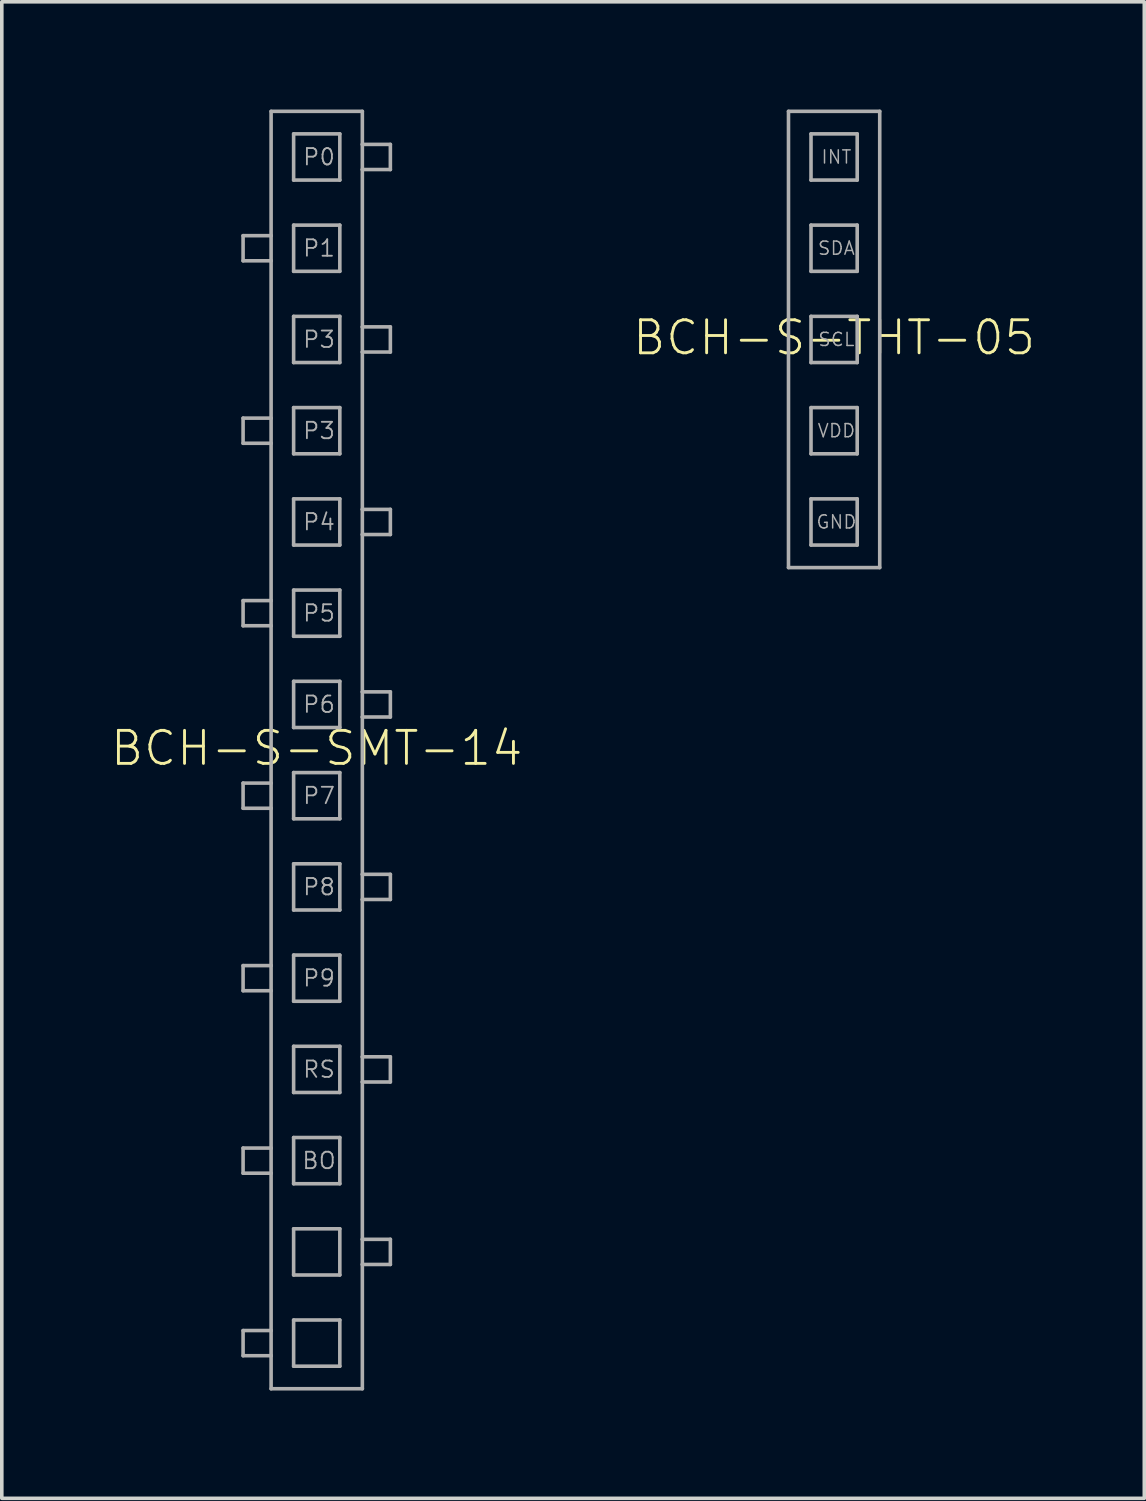
<source format=kicad_pcb>
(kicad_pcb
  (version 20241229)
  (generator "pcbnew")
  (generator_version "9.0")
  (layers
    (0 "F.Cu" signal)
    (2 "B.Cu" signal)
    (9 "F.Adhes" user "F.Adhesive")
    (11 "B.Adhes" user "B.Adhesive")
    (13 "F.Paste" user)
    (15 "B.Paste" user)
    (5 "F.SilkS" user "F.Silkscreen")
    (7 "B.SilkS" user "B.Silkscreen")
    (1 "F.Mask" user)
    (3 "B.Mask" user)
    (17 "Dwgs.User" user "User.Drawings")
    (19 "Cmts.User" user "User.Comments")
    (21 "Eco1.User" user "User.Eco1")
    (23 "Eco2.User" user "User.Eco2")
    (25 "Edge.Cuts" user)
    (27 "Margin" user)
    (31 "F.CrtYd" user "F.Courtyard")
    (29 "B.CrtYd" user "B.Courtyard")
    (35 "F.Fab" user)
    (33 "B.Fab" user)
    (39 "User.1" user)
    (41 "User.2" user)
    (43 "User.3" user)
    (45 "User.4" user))
  (footprint "BCH-S-THT-05"
    (layer "F.Cu")
    (at 20.17 6.4)
    (property "Reference" "BCH-S-THT-05" (at 0 -0.05 0) (unlocked yes) (layer "F.SilkS") (effects (font (size 0.92 0.92) (thickness 0.08))))
    (fp_line (start -1.27 -6.35) (end -1.27 6.35) (stroke (width 0.1) (type solid)) (layer "F.Fab"))
    (fp_line (start -1.27 6.35) (end 1.27 6.35) (stroke (width 0.1) (type solid)) (layer "F.Fab"))
    (fp_line (start -0.643 -5.723) (end -0.643 -4.437) (stroke (width 0.1) (type solid)) (layer "F.Fab"))
    (fp_line (start -0.643 -4.437) (end 0.643 -4.437) (stroke (width 0.1) (type solid)) (layer "F.Fab"))
    (fp_line (start -0.643 -3.183) (end -0.643 -1.897) (stroke (width 0.1) (type solid)) (layer "F.Fab"))
    (fp_line (start -0.643 -1.897) (end 0.643 -1.897) (stroke (width 0.1) (type solid)) (layer "F.Fab"))
    (fp_line (start -0.643 -0.643) (end -0.643 0.643) (stroke (width 0.1) (type solid)) (layer "F.Fab"))
    (fp_line (start -0.643 0.643) (end 0.643 0.643) (stroke (width 0.1) (type solid)) (layer "F.Fab"))
    (fp_line (start -0.643 1.897) (end -0.643 3.183) (stroke (width 0.1) (type solid)) (layer "F.Fab"))
    (fp_line (start -0.643 3.183) (end 0.643 3.183) (stroke (width 0.1) (type solid)) (layer "F.Fab"))
    (fp_line (start -0.643 4.437) (end -0.643 5.723) (stroke (width 0.1) (type solid)) (layer "F.Fab"))
    (fp_line (start -0.643 5.723) (end 0.643 5.723) (stroke (width 0.1) (type solid)) (layer "F.Fab"))
    (fp_line (start 0.643 -5.723) (end -0.643 -5.723) (stroke (width 0.1) (type solid)) (layer "F.Fab"))
    (fp_line (start 0.643 -4.437) (end 0.643 -5.723) (stroke (width 0.1) (type solid)) (layer "F.Fab"))
    (fp_line (start 0.643 -3.183) (end -0.643 -3.183) (stroke (width 0.1) (type solid)) (layer "F.Fab"))
    (fp_line (start 0.643 -1.897) (end 0.643 -3.183) (stroke (width 0.1) (type solid)) (layer "F.Fab"))
    (fp_line (start 0.643 -0.643) (end -0.643 -0.643) (stroke (width 0.1) (type solid)) (layer "F.Fab"))
    (fp_line (start 0.643 0.643) (end 0.643 -0.643) (stroke (width 0.1) (type solid)) (layer "F.Fab"))
    (fp_line (start 0.643 1.897) (end -0.643 1.897) (stroke (width 0.1) (type solid)) (layer "F.Fab"))
    (fp_line (start 0.643 3.183) (end 0.643 1.897) (stroke (width 0.1) (type solid)) (layer "F.Fab"))
    (fp_line (start 0.643 4.437) (end -0.643 4.437) (stroke (width 0.1) (type solid)) (layer "F.Fab"))
    (fp_line (start 0.643 5.723) (end 0.643 4.437) (stroke (width 0.1) (type solid)) (layer "F.Fab"))
    (fp_line (start 1.27 -6.35) (end -1.27 -6.35) (stroke (width 0.1) (type solid)) (layer "F.Fab"))
    (fp_line (start 1.27 6.35) (end 1.27 -6.35) (stroke (width 0.1) (type solid)) (layer "F.Fab"))
    (fp_text user "VDD" (at 0.064 2.54 0) (layer "F.Fab") (effects (font (size 0.366 0.366) (thickness 0.041))))
    (fp_text user "SCL" (at 0.064 0 0) (layer "F.Fab") (effects (font (size 0.366 0.366) (thickness 0.041))))
    (fp_text user "GND" (at 0.064 5.08 0) (layer "F.Fab") (effects (font (size 0.366 0.366) (thickness 0.041))))
    (fp_text user "SDA" (at 0.064 -2.54 0) (layer "F.Fab") (effects (font (size 0.366 0.366) (thickness 0.041))))
    (fp_text user "INT" (at 0.064 -5.08 0) (layer "F.Fab") (effects (font (size 0.366 0.366) (thickness 0.041)))))
  (footprint "BCH-S-SMT-14"
    (layer "F.Cu")
    (at 5.767 17.83)
    (property "Reference" "BCH-S-SMT-14" (at 0 -0.05 0) (unlocked yes) (layer "F.SilkS") (effects (font (size 0.92 0.92) (thickness 0.08))))
    (fp_line (start -2.05 -13.62) (end -2.05 -14.32) (stroke (width 0.1) (type solid)) (layer "F.Fab"))
    (fp_line (start -2.05 -8.54) (end -2.05 -9.24) (stroke (width 0.1) (type solid)) (layer "F.Fab"))
    (fp_line (start -2.05 -3.46) (end -2.05 -4.16) (stroke (width 0.1) (type solid)) (layer "F.Fab"))
    (fp_line (start -2.05 1.62) (end -2.05 0.92) (stroke (width 0.1) (type solid)) (layer "F.Fab"))
    (fp_line (start -2.05 6.7) (end -2.05 6) (stroke (width 0.1) (type solid)) (layer "F.Fab"))
    (fp_line (start -2.05 11.78) (end -2.05 11.08) (stroke (width 0.1) (type solid)) (layer "F.Fab"))
    (fp_line (start -2.05 16.86) (end -2.05 16.16) (stroke (width 0.1) (type solid)) (layer "F.Fab"))
    (fp_line (start -1.27 -17.78) (end -1.27 -14.32) (stroke (width 0.1) (type solid)) (layer "F.Fab"))
    (fp_line (start -1.27 -14.32) (end -2.05 -14.32) (stroke (width 0.1) (type solid)) (layer "F.Fab"))
    (fp_line (start -1.27 -14.32) (end -1.27 -13.62) (stroke (width 0.1) (type solid)) (layer "F.Fab"))
    (fp_line (start -1.27 -13.62) (end -2.05 -13.62) (stroke (width 0.1) (type solid)) (layer "F.Fab"))
    (fp_line (start -1.27 -13.62) (end -1.27 -9.24) (stroke (width 0.1) (type solid)) (layer "F.Fab"))
    (fp_line (start -1.27 -9.24) (end -2.05 -9.24) (stroke (width 0.1) (type solid)) (layer "F.Fab"))
    (fp_line (start -1.27 -9.24) (end -1.27 -8.54) (stroke (width 0.1) (type solid)) (layer "F.Fab"))
    (fp_line (start -1.27 -8.54) (end -2.05 -8.54) (stroke (width 0.1) (type solid)) (layer "F.Fab"))
    (fp_line (start -1.27 -8.54) (end -1.27 -4.16) (stroke (width 0.1) (type solid)) (layer "F.Fab"))
    (fp_line (start -1.27 -4.16) (end -2.05 -4.16) (stroke (width 0.1) (type solid)) (layer "F.Fab"))
    (fp_line (start -1.27 -4.16) (end -1.27 -3.46) (stroke (width 0.1) (type solid)) (layer "F.Fab"))
    (fp_line (start -1.27 -3.46) (end -2.05 -3.46) (stroke (width 0.1) (type solid)) (layer "F.Fab"))
    (fp_line (start -1.27 -3.46) (end -1.27 0.92) (stroke (width 0.1) (type solid)) (layer "F.Fab"))
    (fp_line (start -1.27 0.92) (end -2.05 0.92) (stroke (width 0.1) (type solid)) (layer "F.Fab"))
    (fp_line (start -1.27 0.92) (end -1.27 1.62) (stroke (width 0.1) (type solid)) (layer "F.Fab"))
    (fp_line (start -1.27 1.62) (end -2.05 1.62) (stroke (width 0.1) (type solid)) (layer "F.Fab"))
    (fp_line (start -1.27 1.62) (end -1.27 6) (stroke (width 0.1) (type solid)) (layer "F.Fab"))
    (fp_line (start -1.27 6) (end -2.05 6) (stroke (width 0.1) (type solid)) (layer "F.Fab"))
    (fp_line (start -1.27 6) (end -1.27 6.7) (stroke (width 0.1) (type solid)) (layer "F.Fab"))
    (fp_line (start -1.27 6.7) (end -2.05 6.7) (stroke (width 0.1) (type solid)) (layer "F.Fab"))
    (fp_line (start -1.27 6.7) (end -1.27 11.08) (stroke (width 0.1) (type solid)) (layer "F.Fab"))
    (fp_line (start -1.27 11.08) (end -2.05 11.08) (stroke (width 0.1) (type solid)) (layer "F.Fab"))
    (fp_line (start -1.27 11.08) (end -1.27 11.78) (stroke (width 0.1) (type solid)) (layer "F.Fab"))
    (fp_line (start -1.27 11.78) (end -2.05 11.78) (stroke (width 0.1) (type solid)) (layer "F.Fab"))
    (fp_line (start -1.27 11.78) (end -1.27 16.16) (stroke (width 0.1) (type solid)) (layer "F.Fab"))
    (fp_line (start -1.27 16.16) (end -2.05 16.16) (stroke (width 0.1) (type solid)) (layer "F.Fab"))
    (fp_line (start -1.27 16.16) (end -1.27 16.86) (stroke (width 0.1) (type solid)) (layer "F.Fab"))
    (fp_line (start -1.27 16.86) (end -2.05 16.86) (stroke (width 0.1) (type solid)) (layer "F.Fab"))
    (fp_line (start -1.27 16.86) (end -1.27 17.78) (stroke (width 0.1) (type solid)) (layer "F.Fab"))
    (fp_line (start -1.27 17.78) (end 1.27 17.78) (stroke (width 0.1) (type solid)) (layer "F.Fab"))
    (fp_line (start -0.643 -17.153) (end -0.643 -15.867) (stroke (width 0.1) (type solid)) (layer "F.Fab"))
    (fp_line (start -0.643 -15.867) (end 0.643 -15.867) (stroke (width 0.1) (type solid)) (layer "F.Fab"))
    (fp_line (start -0.643 -14.613) (end -0.643 -13.327) (stroke (width 0.1) (type solid)) (layer "F.Fab"))
    (fp_line (start -0.643 -13.327) (end 0.643 -13.327) (stroke (width 0.1) (type solid)) (layer "F.Fab"))
    (fp_line (start -0.643 -12.073) (end -0.643 -10.787) (stroke (width 0.1) (type solid)) (layer "F.Fab"))
    (fp_line (start -0.643 -10.787) (end 0.643 -10.787) (stroke (width 0.1) (type solid)) (layer "F.Fab"))
    (fp_line (start -0.643 -9.533) (end -0.643 -8.247) (stroke (width 0.1) (type solid)) (layer "F.Fab"))
    (fp_line (start -0.643 -8.247) (end 0.643 -8.247) (stroke (width 0.1) (type solid)) (layer "F.Fab"))
    (fp_line (start -0.643 -6.993) (end -0.643 -5.707) (stroke (width 0.1) (type solid)) (layer "F.Fab"))
    (fp_line (start -0.643 -5.707) (end 0.643 -5.707) (stroke (width 0.1) (type solid)) (layer "F.Fab"))
    (fp_line (start -0.643 -4.453) (end -0.643 -3.167) (stroke (width 0.1) (type solid)) (layer "F.Fab"))
    (fp_line (start -0.643 -3.167) (end 0.643 -3.167) (stroke (width 0.1) (type solid)) (layer "F.Fab"))
    (fp_line (start -0.643 -1.913) (end -0.643 -0.627) (stroke (width 0.1) (type solid)) (layer "F.Fab"))
    (fp_line (start -0.643 -0.627) (end 0.643 -0.627) (stroke (width 0.1) (type solid)) (layer "F.Fab"))
    (fp_line (start -0.643 0.627) (end -0.643 1.913) (stroke (width 0.1) (type solid)) (layer "F.Fab"))
    (fp_line (start -0.643 1.913) (end 0.643 1.913) (stroke (width 0.1) (type solid)) (layer "F.Fab"))
    (fp_line (start -0.643 3.167) (end -0.643 4.453) (stroke (width 0.1) (type solid)) (layer "F.Fab"))
    (fp_line (start -0.643 4.453) (end 0.643 4.453) (stroke (width 0.1) (type solid)) (layer "F.Fab"))
    (fp_line (start -0.643 5.707) (end -0.643 6.993) (stroke (width 0.1) (type solid)) (layer "F.Fab"))
    (fp_line (start -0.643 6.993) (end 0.643 6.993) (stroke (width 0.1) (type solid)) (layer "F.Fab"))
    (fp_line (start -0.643 8.247) (end -0.643 9.533) (stroke (width 0.1) (type solid)) (layer "F.Fab"))
    (fp_line (start -0.643 9.533) (end 0.643 9.533) (stroke (width 0.1) (type solid)) (layer "F.Fab"))
    (fp_line (start -0.643 10.787) (end -0.643 12.073) (stroke (width 0.1) (type solid)) (layer "F.Fab"))
    (fp_line (start -0.643 12.073) (end 0.643 12.073) (stroke (width 0.1) (type solid)) (layer "F.Fab"))
    (fp_line (start -0.643 13.327) (end -0.643 14.613) (stroke (width 0.1) (type solid)) (layer "F.Fab"))
    (fp_line (start -0.643 14.613) (end 0.643 14.613) (stroke (width 0.1) (type solid)) (layer "F.Fab"))
    (fp_line (start -0.643 15.867) (end -0.643 17.153) (stroke (width 0.1) (type solid)) (layer "F.Fab"))
    (fp_line (start -0.643 17.153) (end 0.643 17.153) (stroke (width 0.1) (type solid)) (layer "F.Fab"))
    (fp_line (start 0.643 -17.153) (end -0.643 -17.153) (stroke (width 0.1) (type solid)) (layer "F.Fab"))
    (fp_line (start 0.643 -15.867) (end 0.643 -17.153) (stroke (width 0.1) (type solid)) (layer "F.Fab"))
    (fp_line (start 0.643 -14.613) (end -0.643 -14.613) (stroke (width 0.1) (type solid)) (layer "F.Fab"))
    (fp_line (start 0.643 -13.327) (end 0.643 -14.613) (stroke (width 0.1) (type solid)) (layer "F.Fab"))
    (fp_line (start 0.643 -12.073) (end -0.643 -12.073) (stroke (width 0.1) (type solid)) (layer "F.Fab"))
    (fp_line (start 0.643 -10.787) (end 0.643 -12.073) (stroke (width 0.1) (type solid)) (layer "F.Fab"))
    (fp_line (start 0.643 -9.533) (end -0.643 -9.533) (stroke (width 0.1) (type solid)) (layer "F.Fab"))
    (fp_line (start 0.643 -8.247) (end 0.643 -9.533) (stroke (width 0.1) (type solid)) (layer "F.Fab"))
    (fp_line (start 0.643 -6.993) (end -0.643 -6.993) (stroke (width 0.1) (type solid)) (layer "F.Fab"))
    (fp_line (start 0.643 -5.707) (end 0.643 -6.993) (stroke (width 0.1) (type solid)) (layer "F.Fab"))
    (fp_line (start 0.643 -4.453) (end -0.643 -4.453) (stroke (width 0.1) (type solid)) (layer "F.Fab"))
    (fp_line (start 0.643 -3.167) (end 0.643 -4.453) (stroke (width 0.1) (type solid)) (layer "F.Fab"))
    (fp_line (start 0.643 -1.913) (end -0.643 -1.913) (stroke (width 0.1) (type solid)) (layer "F.Fab"))
    (fp_line (start 0.643 -0.627) (end 0.643 -1.913) (stroke (width 0.1) (type solid)) (layer "F.Fab"))
    (fp_line (start 0.643 0.627) (end -0.643 0.627) (stroke (width 0.1) (type solid)) (layer "F.Fab"))
    (fp_line (start 0.643 1.913) (end 0.643 0.627) (stroke (width 0.1) (type solid)) (layer "F.Fab"))
    (fp_line (start 0.643 3.167) (end -0.643 3.167) (stroke (width 0.1) (type solid)) (layer "F.Fab"))
    (fp_line (start 0.643 4.453) (end 0.643 3.167) (stroke (width 0.1) (type solid)) (layer "F.Fab"))
    (fp_line (start 0.643 5.707) (end -0.643 5.707) (stroke (width 0.1) (type solid)) (layer "F.Fab"))
    (fp_line (start 0.643 6.993) (end 0.643 5.707) (stroke (width 0.1) (type solid)) (layer "F.Fab"))
    (fp_line (start 0.643 8.247) (end -0.643 8.247) (stroke (width 0.1) (type solid)) (layer "F.Fab"))
    (fp_line (start 0.643 9.533) (end 0.643 8.247) (stroke (width 0.1) (type solid)) (layer "F.Fab"))
    (fp_line (start 0.643 10.787) (end -0.643 10.787) (stroke (width 0.1) (type solid)) (layer "F.Fab"))
    (fp_line (start 0.643 12.073) (end 0.643 10.787) (stroke (width 0.1) (type solid)) (layer "F.Fab"))
    (fp_line (start 0.643 13.327) (end -0.643 13.327) (stroke (width 0.1) (type solid)) (layer "F.Fab"))
    (fp_line (start 0.643 14.613) (end 0.643 13.327) (stroke (width 0.1) (type solid)) (layer "F.Fab"))
    (fp_line (start 0.643 15.867) (end -0.643 15.867) (stroke (width 0.1) (type solid)) (layer "F.Fab"))
    (fp_line (start 0.643 17.153) (end 0.643 15.867) (stroke (width 0.1) (type solid)) (layer "F.Fab"))
    (fp_line (start 1.27 -17.78) (end -1.27 -17.78) (stroke (width 0.1) (type solid)) (layer "F.Fab"))
    (fp_line (start 1.27 -16.86) (end 1.27 -17.78) (stroke (width 0.1) (type solid)) (layer "F.Fab"))
    (fp_line (start 1.27 -16.86) (end 2.05 -16.86) (stroke (width 0.1) (type solid)) (layer "F.Fab"))
    (fp_line (start 1.27 -16.16) (end 1.27 -16.86) (stroke (width 0.1) (type solid)) (layer "F.Fab"))
    (fp_line (start 1.27 -16.16) (end 2.05 -16.16) (stroke (width 0.1) (type solid)) (layer "F.Fab"))
    (fp_line (start 1.27 -11.78) (end 1.27 -16.16) (stroke (width 0.1) (type solid)) (layer "F.Fab"))
    (fp_line (start 1.27 -11.78) (end 2.05 -11.78) (stroke (width 0.1) (type solid)) (layer "F.Fab"))
    (fp_line (start 1.27 -11.08) (end 1.27 -11.78) (stroke (width 0.1) (type solid)) (layer "F.Fab"))
    (fp_line (start 1.27 -11.08) (end 2.05 -11.08) (stroke (width 0.1) (type solid)) (layer "F.Fab"))
    (fp_line (start 1.27 -6.7) (end 1.27 -11.08) (stroke (width 0.1) (type solid)) (layer "F.Fab"))
    (fp_line (start 1.27 -6.7) (end 2.05 -6.7) (stroke (width 0.1) (type solid)) (layer "F.Fab"))
    (fp_line (start 1.27 -6) (end 1.27 -6.7) (stroke (width 0.1) (type solid)) (layer "F.Fab"))
    (fp_line (start 1.27 -6) (end 2.05 -6) (stroke (width 0.1) (type solid)) (layer "F.Fab"))
    (fp_line (start 1.27 -1.62) (end 1.27 -6) (stroke (width 0.1) (type solid)) (layer "F.Fab"))
    (fp_line (start 1.27 -1.62) (end 2.05 -1.62) (stroke (width 0.1) (type solid)) (layer "F.Fab"))
    (fp_line (start 1.27 -0.92) (end 1.27 -1.62) (stroke (width 0.1) (type solid)) (layer "F.Fab"))
    (fp_line (start 1.27 -0.92) (end 2.05 -0.92) (stroke (width 0.1) (type solid)) (layer "F.Fab"))
    (fp_line (start 1.27 3.46) (end 1.27 -0.92) (stroke (width 0.1) (type solid)) (layer "F.Fab"))
    (fp_line (start 1.27 3.46) (end 2.05 3.46) (stroke (width 0.1) (type solid)) (layer "F.Fab"))
    (fp_line (start 1.27 4.16) (end 1.27 3.46) (stroke (width 0.1) (type solid)) (layer "F.Fab"))
    (fp_line (start 1.27 4.16) (end 2.05 4.16) (stroke (width 0.1) (type solid)) (layer "F.Fab"))
    (fp_line (start 1.27 8.54) (end 1.27 4.16) (stroke (width 0.1) (type solid)) (layer "F.Fab"))
    (fp_line (start 1.27 8.54) (end 2.05 8.54) (stroke (width 0.1) (type solid)) (layer "F.Fab"))
    (fp_line (start 1.27 9.24) (end 1.27 8.54) (stroke (width 0.1) (type solid)) (layer "F.Fab"))
    (fp_line (start 1.27 9.24) (end 2.05 9.24) (stroke (width 0.1) (type solid)) (layer "F.Fab"))
    (fp_line (start 1.27 13.62) (end 1.27 9.24) (stroke (width 0.1) (type solid)) (layer "F.Fab"))
    (fp_line (start 1.27 13.62) (end 2.05 13.62) (stroke (width 0.1) (type solid)) (layer "F.Fab"))
    (fp_line (start 1.27 14.32) (end 1.27 13.62) (stroke (width 0.1) (type solid)) (layer "F.Fab"))
    (fp_line (start 1.27 14.32) (end 2.05 14.32) (stroke (width 0.1) (type solid)) (layer "F.Fab"))
    (fp_line (start 1.27 17.78) (end 1.27 14.32) (stroke (width 0.1) (type solid)) (layer "F.Fab"))
    (fp_line (start 2.05 -16.86) (end 2.05 -16.16) (stroke (width 0.1) (type solid)) (layer "F.Fab"))
    (fp_line (start 2.05 -11.78) (end 2.05 -11.08) (stroke (width 0.1) (type solid)) (layer "F.Fab"))
    (fp_line (start 2.05 -6.7) (end 2.05 -6) (stroke (width 0.1) (type solid)) (layer "F.Fab"))
    (fp_line (start 2.05 -1.62) (end 2.05 -0.92) (stroke (width 0.1) (type solid)) (layer "F.Fab"))
    (fp_line (start 2.05 3.46) (end 2.05 4.16) (stroke (width 0.1) (type solid)) (layer "F.Fab"))
    (fp_line (start 2.05 8.54) (end 2.05 9.24) (stroke (width 0.1) (type solid)) (layer "F.Fab"))
    (fp_line (start 2.05 13.62) (end 2.05 14.32) (stroke (width 0.1) (type solid)) (layer "F.Fab"))
    (fp_text user "RS" (at 0.064 8.89 0) (layer "F.Fab") (effects (font (size 0.457 0.457) (thickness 0.051))))
    (fp_text user "P8" (at 0.064 3.81 0) (layer "F.Fab") (effects (font (size 0.457 0.457) (thickness 0.051))))
    (fp_text user "P5" (at 0.064 -3.81 0) (layer "F.Fab") (effects (font (size 0.457 0.457) (thickness 0.051))))
    (fp_text user "P3" (at 0.064 -8.89 0) (layer "F.Fab") (effects (font (size 0.457 0.457) (thickness 0.051))))
    (fp_text user "P6" (at 0.064 -1.27 0) (layer "F.Fab") (effects (font (size 0.457 0.457) (thickness 0.051))))
    (fp_text user "P0" (at 0.064 -16.51 0) (layer "F.Fab") (effects (font (size 0.457 0.457) (thickness 0.051))))
    (fp_text user "P3" (at 0.064 -11.43 0) (layer "F.Fab") (effects (font (size 0.457 0.457) (thickness 0.051))))
    (fp_text user "P9" (at 0.064 6.35 0) (layer "F.Fab") (effects (font (size 0.457 0.457) (thickness 0.051))))
    (fp_text user "P1" (at 0.064 -13.97 0) (layer "F.Fab") (effects (font (size 0.457 0.457) (thickness 0.051))))
    (fp_text user "BO" (at 0.064 11.43 0) (layer "F.Fab") (effects (font (size 0.457 0.457) (thickness 0.051))))
    (fp_text user "P7" (at 0.064 1.27 0) (layer "F.Fab") (effects (font (size 0.457 0.457) (thickness 0.051))))
    (fp_text user "P4" (at 0.064 -6.35 0) (layer "F.Fab") (effects (font (size 0.457 0.457) (thickness 0.051)))))
  (gr_rect
    (start -3 -3)
    (end 28.805 38.66)
    (stroke (width 0.1) (type default))
    (fill no)
    (layer "Edge.Cuts")))
</source>
